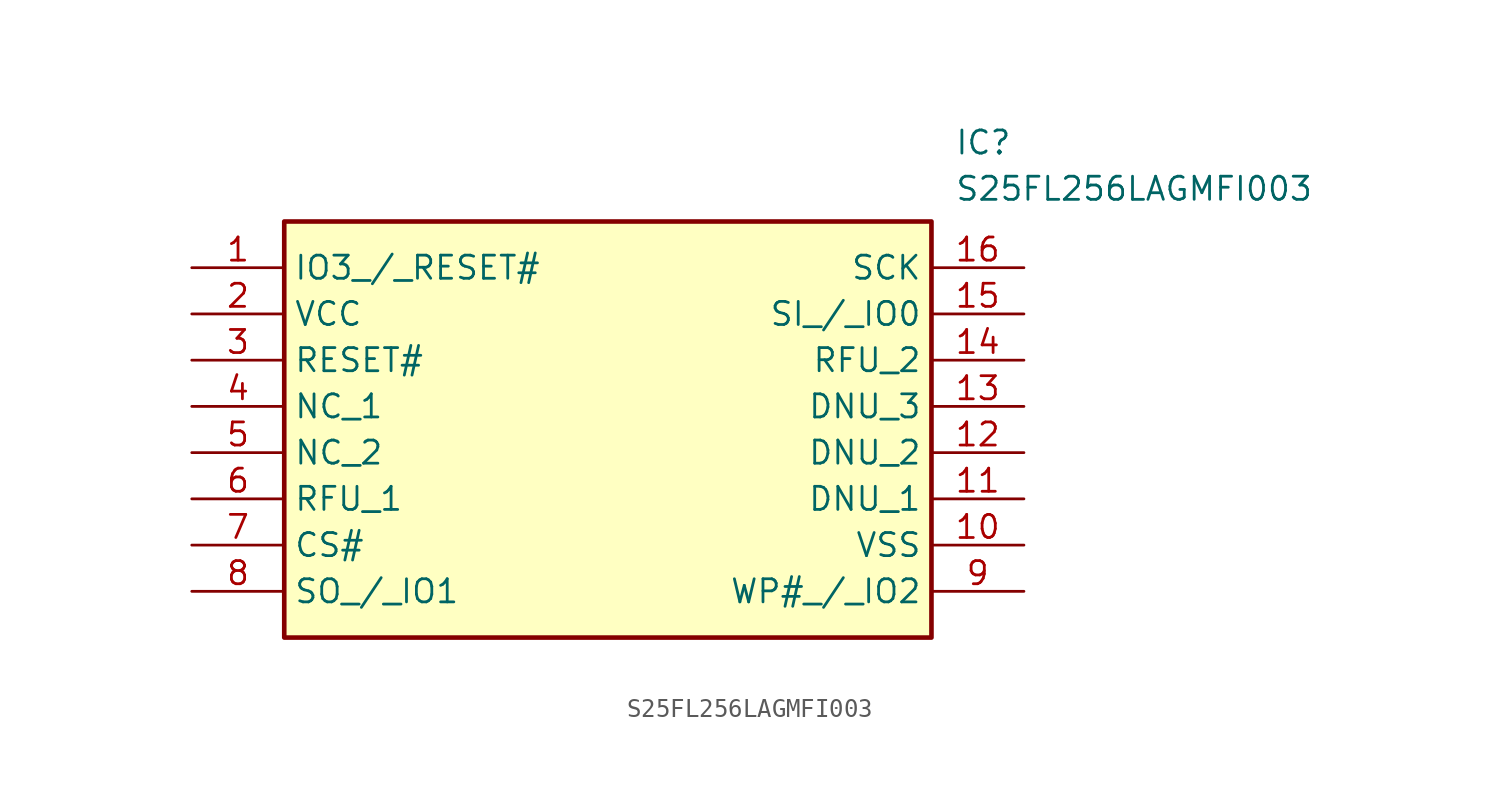
<source format=kicad_sym>
(kicad_symbol_lib
  (version 20220914)
  (generator kicad_symbol_editor)
  (symbol "S25FL256LAGMFI003"
    (property "Reference" "IC"
      (at 41.91 7.62 0)
      (effects (font (size 1.27 1.27)) (justify left top)))
    (property "Value" "S25FL256LAGMFI003"
      (at 41.91 5.08 0)
      (effects (font (size 1.27 1.27)) (justify left top)))
    (symbol "S25FL256LAGMFI003_1_1"
      (rectangle (start 5.08 2.54) (end 40.64 -20.32) (stroke (width 0.254) (type default)) (fill (type background)))
      (pin passive line (at 0 0 0) (length 5.08) (name "IO3_/_RESET#" (effects (font (size 1.27 1.27)))) (number "1" (effects (font (size 1.27 1.27)))))
      (pin passive line (at 45.72 -15.24 180) (length 5.08) (name "VSS" (effects (font (size 1.27 1.27)))) (number "10" (effects (font (size 1.27 1.27)))))
      (pin passive line (at 45.72 -12.7 180) (length 5.08) (name "DNU_1" (effects (font (size 1.27 1.27)))) (number "11" (effects (font (size 1.27 1.27)))))
      (pin passive line (at 45.72 -10.16 180) (length 5.08) (name "DNU_2" (effects (font (size 1.27 1.27)))) (number "12" (effects (font (size 1.27 1.27)))))
      (pin passive line (at 45.72 -7.62 180) (length 5.08) (name "DNU_3" (effects (font (size 1.27 1.27)))) (number "13" (effects (font (size 1.27 1.27)))))
      (pin passive line (at 45.72 -5.08 180) (length 5.08) (name "RFU_2" (effects (font (size 1.27 1.27)))) (number "14" (effects (font (size 1.27 1.27)))))
      (pin passive line (at 45.72 -2.54 180) (length 5.08) (name "SI_/_IO0" (effects (font (size 1.27 1.27)))) (number "15" (effects (font (size 1.27 1.27)))))
      (pin passive line (at 45.72 0 180) (length 5.08) (name "SCK" (effects (font (size 1.27 1.27)))) (number "16" (effects (font (size 1.27 1.27)))))
      (pin passive line (at 0 -2.54 0) (length 5.08) (name "VCC" (effects (font (size 1.27 1.27)))) (number "2" (effects (font (size 1.27 1.27)))))
      (pin passive line (at 0 -5.08 0) (length 5.08) (name "RESET#" (effects (font (size 1.27 1.27)))) (number "3" (effects (font (size 1.27 1.27)))))
      (pin passive line (at 0 -7.62 0) (length 5.08) (name "NC_1" (effects (font (size 1.27 1.27)))) (number "4" (effects (font (size 1.27 1.27)))))
      (pin passive line (at 0 -10.16 0) (length 5.08) (name "NC_2" (effects (font (size 1.27 1.27)))) (number "5" (effects (font (size 1.27 1.27)))))
      (pin passive line (at 0 -12.7 0) (length 5.08) (name "RFU_1" (effects (font (size 1.27 1.27)))) (number "6" (effects (font (size 1.27 1.27)))))
      (pin passive line (at 0 -15.24 0) (length 5.08) (name "CS#" (effects (font (size 1.27 1.27)))) (number "7" (effects (font (size 1.27 1.27)))))
      (pin passive line (at 0 -17.78 0) (length 5.08) (name "SO_/_IO1" (effects (font (size 1.27 1.27)))) (number "8" (effects (font (size 1.27 1.27)))))
      (pin passive line (at 45.72 -17.78 180) (length 5.08) (name "WP#_/_IO2" (effects (font (size 1.27 1.27)))) (number "9" (effects (font (size 1.27 1.27))))))))
</source>
